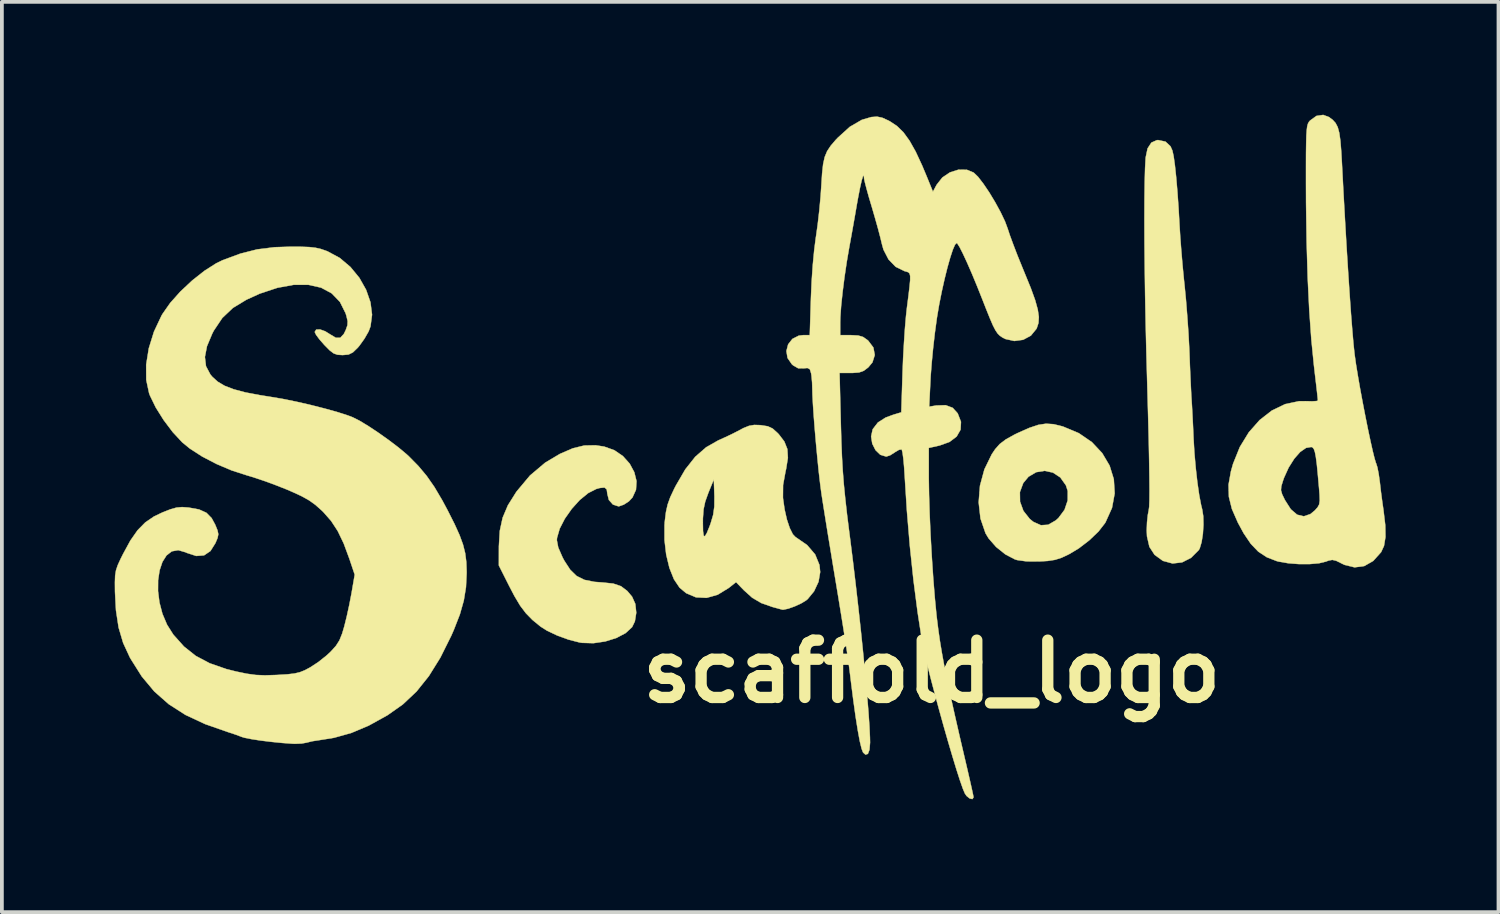
<source format=kicad_pcb>
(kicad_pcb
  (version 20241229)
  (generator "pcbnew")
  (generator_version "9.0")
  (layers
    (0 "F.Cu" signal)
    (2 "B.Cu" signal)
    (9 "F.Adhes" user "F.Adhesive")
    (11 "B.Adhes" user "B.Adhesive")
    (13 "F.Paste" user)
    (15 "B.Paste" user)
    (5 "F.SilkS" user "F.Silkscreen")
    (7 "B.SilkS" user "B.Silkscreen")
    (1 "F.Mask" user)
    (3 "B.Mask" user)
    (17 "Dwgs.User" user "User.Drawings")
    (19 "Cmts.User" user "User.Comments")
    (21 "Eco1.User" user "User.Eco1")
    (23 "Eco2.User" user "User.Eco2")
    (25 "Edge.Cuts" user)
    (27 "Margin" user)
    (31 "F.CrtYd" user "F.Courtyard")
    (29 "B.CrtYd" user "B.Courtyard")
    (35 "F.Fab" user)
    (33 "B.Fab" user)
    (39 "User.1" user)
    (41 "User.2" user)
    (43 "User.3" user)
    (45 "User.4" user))
  (footprint "scaffold_logo"
    (layer "F.Cu")
    (at 21.721 14.803)
    (property "Reference" "scaffold_logo" (at 0 0 0) (layer "F.SilkS") (effects (font (size 1.524 1.524) (thickness 0.3))))
    (attr through_hole)
    (fp_poly (pts (xy 3.238 -6.576) (xy 3.463 -6.521) (xy 3.493 -6.512) (xy 3.91 -6.337) (xy 4.258 -6.098) (xy 4.532 -5.806) (xy 4.728 -5.475) (xy 4.84 -5.114) (xy 4.863 -4.735) (xy 4.792 -4.351) (xy 4.622 -3.973) (xy 4.605 -3.944) (xy 4.431 -3.721) (xy 4.188 -3.489) (xy 3.909 -3.275) (xy 3.645 -3.117) (xy 3.449 -3.025) (xy 3.276 -2.97) (xy 3.082 -2.94) (xy 2.857 -2.927) (xy 2.518 -2.929) (xy 2.269 -2.964) (xy 2.209 -2.983) (xy 1.955 -3.116) (xy 1.711 -3.312) (xy 1.513 -3.538) (xy 1.43 -3.675) (xy 1.295 -4.069) (xy 1.247 -4.499) (xy 1.269 -4.771) (xy 2.343 -4.771) (xy 2.347 -4.516) (xy 2.437 -4.27) (xy 2.606 -4.056) (xy 2.704 -3.978) (xy 2.902 -3.89) (xy 3.096 -3.902) (xy 3.295 -4.017) (xy 3.368 -4.082) (xy 3.53 -4.3) (xy 3.614 -4.549) (xy 3.615 -4.801) (xy 3.567 -4.95) (xy 3.418 -5.16) (xy 3.221 -5.289) (xy 3 -5.336) (xy 2.776 -5.3) (xy 2.572 -5.179) (xy 2.432 -5.011) (xy 2.343 -4.771) (xy 1.269 -4.771) (xy 1.282 -4.941) (xy 1.399 -5.374) (xy 1.595 -5.776) (xy 1.686 -5.911) (xy 1.808 -6.049) (xy 1.967 -6.17) (xy 2.191 -6.295) (xy 2.287 -6.342) (xy 2.589 -6.476) (xy 2.829 -6.557) (xy 3.037 -6.589) (xy 3.238 -6.576)) (stroke (width 0.01) (type solid)) (fill yes) (layer "F.SilkS"))
    (fp_poly (pts (xy -8.708 -5.98) (xy -8.439 -5.884) (xy -8.211 -5.728) (xy -8.031 -5.527) (xy -7.908 -5.299) (xy -7.849 -5.062) (xy -7.863 -4.833) (xy -7.956 -4.628) (xy -8.051 -4.526) (xy -8.186 -4.438) (xy -8.312 -4.393) (xy -8.33 -4.392) (xy -8.476 -4.44) (xy -8.584 -4.561) (xy -8.625 -4.724) (xy -8.641 -4.843) (xy -8.7 -4.892) (xy -8.824 -4.88) (xy -8.918 -4.854) (xy -9.133 -4.745) (xy -9.358 -4.561) (xy -9.571 -4.325) (xy -9.756 -4.062) (xy -9.892 -3.797) (xy -9.962 -3.555) (xy -9.967 -3.493) (xy -9.93 -3.298) (xy -9.815 -3.034) (xy -9.766 -2.943) (xy -9.61 -2.704) (xy -9.441 -2.54) (xy -9.236 -2.438) (xy -8.968 -2.384) (xy -8.74 -2.367) (xy -8.466 -2.338) (xy -8.261 -2.268) (xy -8.093 -2.14) (xy -7.967 -1.99) (xy -7.881 -1.798) (xy -7.856 -1.564) (xy -7.893 -1.333) (xy -7.967 -1.181) (xy -8.139 -1.022) (xy -8.386 -0.892) (xy -8.681 -0.8) (xy -8.994 -0.754) (xy -9.299 -0.763) (xy -9.366 -0.774) (xy -9.658 -0.849) (xy -9.959 -0.959) (xy -10.229 -1.087) (xy -10.402 -1.197) (xy -10.615 -1.371) (xy -10.788 -1.548) (xy -10.942 -1.751) (xy -11.095 -2.008) (xy -11.232 -2.27) (xy -11.509 -2.82) (xy -11.508 -3.328) (xy -11.484 -3.739) (xy -11.408 -4.09) (xy -11.268 -4.42) (xy -11.051 -4.766) (xy -11.039 -4.784) (xy -10.681 -5.212) (xy -10.277 -5.553) (xy -9.888 -5.785) (xy -9.544 -5.934) (xy -9.238 -6.009) (xy -8.937 -6.015) (xy -8.708 -5.98)) (stroke (width 0.01) (type solid)) (fill yes) (layer "F.SilkS"))
    (fp_poly (pts (xy 6.214 -14.088) (xy 6.347 -13.963) (xy 6.397 -13.851) (xy 6.43 -13.703) (xy 6.464 -13.461) (xy 6.498 -13.141) (xy 6.531 -12.754) (xy 6.562 -12.315) (xy 6.588 -11.853) (xy 6.606 -11.563) (xy 6.633 -11.205) (xy 6.666 -10.816) (xy 6.703 -10.434) (xy 6.721 -10.266) (xy 6.759 -9.874) (xy 6.794 -9.432) (xy 6.825 -8.987) (xy 6.846 -8.585) (xy 6.851 -8.467) (xy 6.863 -8.142) (xy 6.877 -7.825) (xy 6.89 -7.544) (xy 6.901 -7.327) (xy 6.906 -7.25) (xy 6.918 -7.061) (xy 6.932 -6.801) (xy 6.947 -6.503) (xy 6.96 -6.202) (xy 6.96 -6.197) (xy 6.983 -5.81) (xy 7.018 -5.414) (xy 7.061 -5.033) (xy 7.11 -4.693) (xy 7.162 -4.421) (xy 7.19 -4.309) (xy 7.218 -4.13) (xy 7.223 -3.903) (xy 7.208 -3.662) (xy 7.174 -3.442) (xy 7.125 -3.277) (xy 7.1 -3.231) (xy 6.894 -3.024) (xy 6.656 -2.903) (xy 6.403 -2.873) (xy 6.154 -2.94) (xy 6.139 -2.947) (xy 5.923 -3.104) (xy 5.786 -3.316) (xy 5.722 -3.595) (xy 5.715 -3.752) (xy 5.723 -3.967) (xy 5.745 -4.169) (xy 5.768 -4.287) (xy 5.78 -4.377) (xy 5.787 -4.553) (xy 5.789 -4.819) (xy 5.786 -5.176) (xy 5.779 -5.628) (xy 5.768 -6.178) (xy 5.751 -6.828) (xy 5.73 -7.58) (xy 5.729 -7.62) (xy 5.706 -8.447) (xy 5.687 -9.247) (xy 5.672 -10.012) (xy 5.662 -10.734) (xy 5.655 -11.403) (xy 5.653 -12.01) (xy 5.655 -12.548) (xy 5.661 -13.007) (xy 5.671 -13.378) (xy 5.686 -13.653) (xy 5.688 -13.671) (xy 5.738 -13.908) (xy 5.839 -14.062) (xy 5.986 -14.127) (xy 6.018 -14.129) (xy 6.214 -14.088)) (stroke (width 0.01) (type solid)) (fill yes) (layer "F.SilkS"))
    (fp_poly (pts (xy -4.563 -6.551) (xy -4.536 -6.548) (xy -4.359 -6.52) (xy -4.229 -6.459) (xy -4.098 -6.341) (xy -4.068 -6.31) (xy -3.919 -6.115) (xy -3.839 -5.914) (xy -3.825 -5.68) (xy -3.872 -5.386) (xy -3.889 -5.311) (xy -3.953 -4.958) (xy -3.956 -4.632) (xy -3.953 -4.594) (xy -3.912 -4.308) (xy -3.851 -4.04) (xy -3.775 -3.813) (xy -3.693 -3.649) (xy -3.624 -3.577) (xy -3.313 -3.362) (xy -3.1 -3.113) (xy -2.986 -2.834) (xy -2.966 -2.646) (xy -3.01 -2.388) (xy -3.129 -2.133) (xy -3.299 -1.926) (xy -3.341 -1.891) (xy -3.475 -1.81) (xy -3.645 -1.732) (xy -3.814 -1.672) (xy -3.942 -1.645) (xy -3.969 -1.645) (xy -4.031 -1.661) (xy -4.159 -1.696) (xy -4.233 -1.716) (xy -4.533 -1.821) (xy -4.774 -1.963) (xy -4.996 -2.163) (xy -5.203 -2.377) (xy -5.398 -2.222) (xy -5.692 -2.042) (xy -5.986 -1.959) (xy -6.269 -1.973) (xy -6.53 -2.084) (xy -6.705 -2.231) (xy -6.854 -2.453) (xy -6.974 -2.753) (xy -7.06 -3.109) (xy -7.105 -3.496) (xy -7.105 -3.89) (xy -7.1 -3.958) (xy -6.085 -3.958) (xy -6.081 -3.734) (xy -6.064 -3.613) (xy -6.032 -3.596) (xy -5.98 -3.681) (xy -5.904 -3.868) (xy -5.877 -3.943) (xy -5.811 -4.166) (xy -5.78 -4.388) (xy -5.778 -4.659) (xy -5.779 -4.684) (xy -5.794 -5.106) (xy -5.94 -4.749) (xy -6.022 -4.52) (xy -6.067 -4.311) (xy -6.084 -4.07) (xy -6.085 -3.958) (xy -7.1 -3.958) (xy -7.096 -4.001) (xy -7.066 -4.242) (xy -7.022 -4.439) (xy -6.953 -4.632) (xy -6.845 -4.862) (xy -6.801 -4.947) (xy -6.552 -5.375) (xy -6.288 -5.709) (xy -5.997 -5.963) (xy -5.678 -6.144) (xy -5.486 -6.231) (xy -5.32 -6.309) (xy -5.216 -6.362) (xy -5.212 -6.364) (xy -5.007 -6.472) (xy -4.855 -6.533) (xy -4.719 -6.556) (xy -4.563 -6.551)) (stroke (width 0.01) (type solid)) (fill yes) (layer "F.SilkS"))
    (fp_poly (pts (xy 10.557 -14.742) (xy 10.659 -14.667) (xy 10.736 -14.582) (xy 10.793 -14.472) (xy 10.834 -14.32) (xy 10.864 -14.109) (xy 10.887 -13.823) (xy 10.905 -13.508) (xy 10.946 -12.726) (xy 10.988 -11.978) (xy 11.029 -11.274) (xy 11.07 -10.621) (xy 11.109 -10.03) (xy 11.146 -9.507) (xy 11.181 -9.063) (xy 11.212 -8.706) (xy 11.24 -8.444) (xy 11.244 -8.414) (xy 11.279 -8.165) (xy 11.329 -7.861) (xy 11.388 -7.521) (xy 11.455 -7.161) (xy 11.525 -6.798) (xy 11.595 -6.45) (xy 11.662 -6.134) (xy 11.722 -5.866) (xy 11.772 -5.665) (xy 11.808 -5.546) (xy 11.815 -5.532) (xy 11.847 -5.43) (xy 11.881 -5.258) (xy 11.91 -5.051) (xy 11.913 -5.029) (xy 11.943 -4.77) (xy 11.98 -4.492) (xy 12.01 -4.286) (xy 12.057 -3.889) (xy 12.062 -3.578) (xy 12.023 -3.34) (xy 11.946 -3.174) (xy 11.737 -2.941) (xy 11.499 -2.805) (xy 11.241 -2.77) (xy 10.971 -2.837) (xy 10.901 -2.871) (xy 10.752 -2.945) (xy 10.649 -2.969) (xy 10.549 -2.95) (xy 10.481 -2.924) (xy 10.298 -2.879) (xy 10.047 -2.857) (xy 9.762 -2.857) (xy 9.477 -2.879) (xy 9.227 -2.922) (xy 9.17 -2.937) (xy 8.905 -3.04) (xy 8.681 -3.188) (xy 8.481 -3.396) (xy 8.29 -3.679) (xy 8.138 -3.96) (xy 7.98 -4.321) (xy 7.899 -4.645) (xy 7.894 -4.821) (xy 9.284 -4.821) (xy 9.315 -4.712) (xy 9.389 -4.559) (xy 9.545 -4.315) (xy 9.713 -4.17) (xy 9.889 -4.127) (xy 10.066 -4.186) (xy 10.184 -4.283) (xy 10.258 -4.366) (xy 10.3 -4.443) (xy 10.315 -4.543) (xy 10.31 -4.697) (xy 10.298 -4.852) (xy 10.265 -5.223) (xy 10.238 -5.502) (xy 10.212 -5.701) (xy 10.186 -5.835) (xy 10.158 -5.916) (xy 10.125 -5.957) (xy 10.091 -5.97) (xy 9.951 -5.946) (xy 9.794 -5.837) (xy 9.636 -5.657) (xy 9.488 -5.422) (xy 9.364 -5.149) (xy 9.339 -5.076) (xy 9.293 -4.927) (xy 9.284 -4.821) (xy 7.894 -4.821) (xy 7.89 -4.967) (xy 7.953 -5.32) (xy 8.01 -5.522) (xy 8.19 -5.969) (xy 8.429 -6.36) (xy 8.717 -6.686) (xy 9.042 -6.939) (xy 9.395 -7.109) (xy 9.764 -7.187) (xy 9.943 -7.188) (xy 10.112 -7.184) (xy 10.229 -7.191) (xy 10.266 -7.205) (xy 10.26 -7.267) (xy 10.244 -7.416) (xy 10.219 -7.634) (xy 10.187 -7.904) (xy 10.159 -8.147) (xy 10.091 -8.828) (xy 10.036 -9.606) (xy 9.994 -10.474) (xy 9.966 -11.426) (xy 9.951 -12.454) (xy 9.949 -12.968) (xy 9.949 -13.417) (xy 9.95 -13.772) (xy 9.954 -14.045) (xy 9.959 -14.249) (xy 9.969 -14.395) (xy 9.982 -14.496) (xy 10.001 -14.564) (xy 10.025 -14.61) (xy 10.056 -14.647) (xy 10.056 -14.647) (xy 10.226 -14.771) (xy 10.407 -14.798) (xy 10.557 -14.742)) (stroke (width 0.01) (type solid)) (fill yes) (layer "F.SilkS"))
    (fp_poly (pts (xy -16.768 -11.293) (xy -16.549 -11.285) (xy -16.383 -11.266) (xy -16.242 -11.234) (xy -16.1 -11.185) (xy -16.062 -11.17) (xy -15.739 -10.996) (xy -15.455 -10.756) (xy -15.218 -10.468) (xy -15.038 -10.149) (xy -14.922 -9.816) (xy -14.88 -9.486) (xy -14.921 -9.176) (xy -14.971 -9.043) (xy -15.082 -8.849) (xy -15.219 -8.658) (xy -15.262 -8.607) (xy -15.389 -8.485) (xy -15.504 -8.428) (xy -15.656 -8.414) (xy -15.668 -8.414) (xy -15.797 -8.422) (xy -15.899 -8.457) (xy -16.005 -8.537) (xy -16.147 -8.681) (xy -16.15 -8.684) (xy -16.277 -8.829) (xy -16.368 -8.952) (xy -16.404 -9.027) (xy -16.404 -9.028) (xy -16.365 -9.09) (xy -16.264 -9.095) (xy -16.126 -9.046) (xy -15.996 -8.965) (xy -15.841 -8.872) (xy -15.725 -8.873) (xy -15.631 -8.973) (xy -15.579 -9.079) (xy -15.534 -9.207) (xy -15.529 -9.316) (xy -15.562 -9.457) (xy -15.584 -9.527) (xy -15.734 -9.827) (xy -15.953 -10.054) (xy -16.235 -10.206) (xy -16.575 -10.282) (xy -16.964 -10.281) (xy -17.397 -10.202) (xy -17.867 -10.046) (xy -18.218 -9.886) (xy -18.579 -9.667) (xy -18.861 -9.4) (xy -19.087 -9.063) (xy -19.128 -8.984) (xy -19.269 -8.648) (xy -19.324 -8.363) (xy -19.295 -8.118) (xy -19.18 -7.9) (xy -19.126 -7.835) (xy -18.982 -7.705) (xy -18.798 -7.596) (xy -18.559 -7.504) (xy -18.252 -7.422) (xy -17.861 -7.348) (xy -17.592 -7.305) (xy -17.259 -7.249) (xy -16.886 -7.173) (xy -16.499 -7.084) (xy -16.123 -6.988) (xy -15.785 -6.893) (xy -15.51 -6.804) (xy -15.391 -6.758) (xy -15.209 -6.666) (xy -14.972 -6.522) (xy -14.704 -6.344) (xy -14.43 -6.149) (xy -14.175 -5.955) (xy -13.963 -5.778) (xy -13.905 -5.725) (xy -13.647 -5.463) (xy -13.425 -5.197) (xy -13.219 -4.901) (xy -13.011 -4.548) (xy -12.871 -4.286) (xy -12.688 -3.924) (xy -12.554 -3.628) (xy -12.462 -3.377) (xy -12.404 -3.146) (xy -12.374 -2.912) (xy -12.365 -2.654) (xy -12.365 -2.619) (xy -12.383 -2.243) (xy -12.441 -1.887) (xy -12.545 -1.52) (xy -12.704 -1.112) (xy -12.773 -0.954) (xy -13.064 -0.37) (xy -13.369 0.12) (xy -13.698 0.531) (xy -14.061 0.873) (xy -14.469 1.161) (xy -14.476 1.165) (xy -14.97 1.438) (xy -15.433 1.633) (xy -15.895 1.762) (xy -16.302 1.827) (xy -16.471 1.853) (xy -16.617 1.889) (xy -16.62 1.89) (xy -16.753 1.914) (xy -16.931 1.921) (xy -16.986 1.919) (xy -17.272 1.898) (xy -17.569 1.868) (xy -17.852 1.833) (xy -18.095 1.795) (xy -18.275 1.759) (xy -18.346 1.737) (xy -18.497 1.68) (xy -18.677 1.62) (xy -18.706 1.611) (xy -19.318 1.397) (xy -19.84 1.153) (xy -20.286 0.867) (xy -20.668 0.53) (xy -21.001 0.132) (xy -21.298 -0.339) (xy -21.32 -0.378) (xy -21.497 -0.761) (xy -21.618 -1.17) (xy -21.688 -1.629) (xy -21.714 -2.12) (xy -21.716 -2.371) (xy -21.71 -2.55) (xy -21.687 -2.691) (xy -21.641 -2.828) (xy -21.565 -2.994) (xy -21.499 -3.126) (xy -21.304 -3.484) (xy -21.113 -3.757) (xy -20.909 -3.964) (xy -20.675 -4.124) (xy -20.454 -4.229) (xy -20.238 -4.314) (xy -20.077 -4.359) (xy -19.931 -4.372) (xy -19.76 -4.36) (xy -19.753 -4.359) (xy -19.479 -4.309) (xy -19.284 -4.221) (xy -19.144 -4.079) (xy -19.05 -3.905) (xy -18.988 -3.752) (xy -18.967 -3.65) (xy -18.987 -3.551) (xy -19.043 -3.416) (xy -19.176 -3.204) (xy -19.346 -3.089) (xy -19.554 -3.073) (xy -19.803 -3.154) (xy -19.833 -3.169) (xy -20.032 -3.227) (xy -20.203 -3.196) (xy -20.344 -3.087) (xy -20.453 -2.915) (xy -20.528 -2.691) (xy -20.568 -2.428) (xy -20.57 -2.139) (xy -20.532 -1.837) (xy -20.453 -1.535) (xy -20.33 -1.245) (xy -20.162 -0.979) (xy -20.161 -0.979) (xy -19.88 -0.665) (xy -19.565 -0.415) (xy -19.196 -0.22) (xy -18.754 -0.066) (xy -18.494 -0.001) (xy -18.211 0.058) (xy -17.972 0.091) (xy -17.73 0.101) (xy -17.438 0.092) (xy -17.396 0.09) (xy -17.132 0.074) (xy -16.943 0.052) (xy -16.798 0.018) (xy -16.666 -0.035) (xy -16.523 -0.112) (xy -16.31 -0.251) (xy -16.091 -0.425) (xy -15.975 -0.533) (xy -15.84 -0.683) (xy -15.747 -0.829) (xy -15.675 -1.008) (xy -15.618 -1.201) (xy -15.553 -1.463) (xy -15.486 -1.769) (xy -15.43 -2.06) (xy -15.423 -2.098) (xy -15.341 -2.576) (xy -15.481 -2.993) (xy -15.633 -3.404) (xy -15.791 -3.733) (xy -15.968 -4.004) (xy -16.179 -4.244) (xy -16.226 -4.289) (xy -16.39 -4.434) (xy -16.557 -4.553) (xy -16.756 -4.664) (xy -17.015 -4.783) (xy -17.145 -4.839) (xy -17.436 -4.954) (xy -17.747 -5.068) (xy -18.035 -5.165) (xy -18.214 -5.218) (xy -18.613 -5.347) (xy -19.016 -5.518) (xy -19.396 -5.716) (xy -19.722 -5.926) (xy -19.926 -6.093) (xy -20.178 -6.364) (xy -20.42 -6.685) (xy -20.63 -7.02) (xy -20.783 -7.334) (xy -20.807 -7.397) (xy -20.883 -7.753) (xy -20.885 -8.159) (xy -20.815 -8.594) (xy -20.678 -9.035) (xy -20.477 -9.462) (xy -20.452 -9.505) (xy -20.247 -9.798) (xy -19.975 -10.103) (xy -19.662 -10.396) (xy -19.334 -10.655) (xy -19.016 -10.857) (xy -18.854 -10.935) (xy -18.381 -11.11) (xy -17.935 -11.223) (xy -17.471 -11.281) (xy -17.066 -11.294) (xy -16.768 -11.293)) (stroke (width 0.01) (type solid)) (fill yes) (layer "F.SilkS"))
    (fp_poly (pts (xy -1.316 -14.723) (xy -1.145 -14.645) (xy -1.111 -14.626) (xy -0.924 -14.502) (xy -0.753 -14.335) (xy -0.591 -14.112) (xy -0.427 -13.821) (xy -0.254 -13.449) (xy -0.135 -13.165) (xy 0.031 -12.757) (xy 0.13 -12.941) (xy 0.282 -13.134) (xy 0.484 -13.27) (xy 0.711 -13.342) (xy 0.934 -13.339) (xy 1.115 -13.264) (xy 1.23 -13.153) (xy 1.373 -12.968) (xy 1.531 -12.734) (xy 1.688 -12.473) (xy 1.832 -12.209) (xy 1.948 -11.965) (xy 2.016 -11.782) (xy 2.076 -11.6) (xy 2.169 -11.348) (xy 2.282 -11.054) (xy 2.408 -10.744) (xy 2.474 -10.583) (xy 2.635 -10.189) (xy 2.749 -9.874) (xy 2.818 -9.624) (xy 2.847 -9.426) (xy 2.837 -9.266) (xy 2.792 -9.129) (xy 2.783 -9.111) (xy 2.635 -8.93) (xy 2.43 -8.82) (xy 2.195 -8.788) (xy 1.96 -8.84) (xy 1.877 -8.882) (xy 1.809 -8.929) (xy 1.75 -8.988) (xy 1.692 -9.075) (xy 1.625 -9.205) (xy 1.544 -9.394) (xy 1.438 -9.657) (xy 1.355 -9.869) (xy 1.208 -10.238) (xy 1.067 -10.578) (xy 0.938 -10.874) (xy 0.826 -11.115) (xy 0.738 -11.288) (xy 0.678 -11.381) (xy 0.661 -11.393) (xy 0.617 -11.346) (xy 0.558 -11.21) (xy 0.49 -11.002) (xy 0.415 -10.736) (xy 0.339 -10.43) (xy 0.265 -10.098) (xy 0.197 -9.757) (xy 0.14 -9.421) (xy 0.132 -9.366) (xy 0.082 -8.999) (xy 0.036 -8.596) (xy -0.002 -8.2) (xy -0.029 -7.853) (xy -0.033 -7.768) (xy -0.069 -7.042) (xy 0.121 -7.073) (xy 0.37 -7.081) (xy 0.557 -7.011) (xy 0.689 -6.865) (xy 0.777 -6.639) (xy 0.766 -6.43) (xy 0.661 -6.247) (xy 0.47 -6.103) (xy 0.21 -6.01) (xy -0.079 -5.945) (xy -0.079 -5.155) (xy -0.072 -4.706) (xy -0.056 -4.185) (xy -0.031 -3.621) (xy 0.002 -3.042) (xy 0.04 -2.476) (xy 0.082 -1.954) (xy 0.126 -1.502) (xy 0.136 -1.417) (xy 0.173 -1.119) (xy 0.216 -0.819) (xy 0.268 -0.505) (xy 0.33 -0.165) (xy 0.406 0.216) (xy 0.499 0.649) (xy 0.61 1.148) (xy 0.742 1.726) (xy 0.875 2.294) (xy 0.948 2.607) (xy 1.012 2.885) (xy 1.063 3.111) (xy 1.097 3.269) (xy 1.111 3.342) (xy 1.111 3.344) (xy 1.08 3.391) (xy 1.008 3.374) (xy 0.926 3.308) (xy 0.88 3.241) (xy 0.825 3.109) (xy 0.748 2.889) (xy 0.654 2.597) (xy 0.548 2.249) (xy 0.433 1.859) (xy 0.314 1.444) (xy 0.196 1.018) (xy 0.082 0.598) (xy -0.024 0.197) (xy -0.116 -0.168) (xy -0.19 -0.481) (xy -0.243 -0.729) (xy -0.255 -0.794) (xy -0.376 -1.575) (xy -0.487 -2.434) (xy -0.583 -3.343) (xy -0.661 -4.273) (xy -0.718 -5.174) (xy -0.735 -5.436) (xy -0.755 -5.658) (xy -0.777 -5.819) (xy -0.797 -5.9) (xy -0.801 -5.905) (xy -0.87 -5.895) (xy -0.976 -5.833) (xy -0.987 -5.824) (xy -1.108 -5.748) (xy -1.21 -5.715) (xy -1.212 -5.715) (xy -1.368 -5.763) (xy -1.496 -5.887) (xy -1.582 -6.059) (xy -1.612 -6.25) (xy -1.572 -6.433) (xy -1.566 -6.447) (xy -1.432 -6.621) (xy -1.225 -6.753) (xy -1.023 -6.827) (xy -0.81 -6.891) (xy -0.776 -7.957) (xy -0.761 -8.336) (xy -0.739 -8.73) (xy -0.714 -9.108) (xy -0.686 -9.437) (xy -0.662 -9.657) (xy -0.619 -9.992) (xy -0.59 -10.237) (xy -0.574 -10.407) (xy -0.574 -10.516) (xy -0.589 -10.58) (xy -0.622 -10.614) (xy -0.672 -10.632) (xy -0.727 -10.646) (xy -0.959 -10.76) (xy -1.15 -10.957) (xy -1.284 -11.217) (xy -1.324 -11.361) (xy -1.365 -11.532) (xy -1.428 -11.772) (xy -1.506 -12.05) (xy -1.589 -12.336) (xy -1.593 -12.349) (xy -1.67 -12.607) (xy -1.733 -12.833) (xy -1.778 -13.006) (xy -1.799 -13.103) (xy -1.799 -13.112) (xy -1.807 -13.188) (xy -1.829 -13.167) (xy -1.863 -13.056) (xy -1.907 -12.863) (xy -1.959 -12.595) (xy -1.99 -12.423) (xy -2.044 -12.111) (xy -2.101 -11.788) (xy -2.154 -11.493) (xy -2.194 -11.275) (xy -2.261 -10.884) (xy -2.321 -10.478) (xy -2.371 -10.082) (xy -2.409 -9.722) (xy -2.43 -9.424) (xy -2.434 -9.284) (xy -2.434 -8.943) (xy -2.144 -8.943) (xy -1.954 -8.933) (xy -1.822 -8.893) (xy -1.702 -8.808) (xy -1.689 -8.796) (xy -1.552 -8.614) (xy -1.515 -8.415) (xy -1.577 -8.219) (xy -1.689 -8.085) (xy -1.807 -7.996) (xy -1.932 -7.951) (xy -2.107 -7.938) (xy -2.152 -7.938) (xy -2.451 -7.938) (xy -2.416 -6.548) (xy -2.403 -6.1) (xy -2.387 -5.706) (xy -2.366 -5.342) (xy -2.338 -4.982) (xy -2.3 -4.601) (xy -2.252 -4.173) (xy -2.189 -3.673) (xy -2.169 -3.519) (xy -2.093 -2.913) (xy -2.019 -2.29) (xy -1.948 -1.665) (xy -1.881 -1.049) (xy -1.82 -0.454) (xy -1.766 0.106) (xy -1.72 0.619) (xy -1.683 1.072) (xy -1.657 1.454) (xy -1.643 1.751) (xy -1.64 1.889) (xy -1.656 2.08) (xy -1.698 2.189) (xy -1.762 2.209) (xy -1.826 2.152) (xy -1.865 2.052) (xy -1.913 1.854) (xy -1.966 1.567) (xy -2.025 1.196) (xy -2.087 0.751) (xy -2.142 0.318) (xy -2.17 0.088) (xy -2.198 -0.129) (xy -2.228 -0.348) (xy -2.262 -0.582) (xy -2.302 -0.844) (xy -2.35 -1.149) (xy -2.408 -1.51) (xy -2.478 -1.939) (xy -2.563 -2.452) (xy -2.622 -2.805) (xy -2.689 -3.216) (xy -2.756 -3.62) (xy -2.817 -3.999) (xy -2.87 -4.331) (xy -2.912 -4.597) (xy -2.937 -4.763) (xy -2.969 -5.007) (xy -3.005 -5.319) (xy -3.041 -5.677) (xy -3.077 -6.058) (xy -3.11 -6.44) (xy -3.138 -6.8) (xy -3.159 -7.115) (xy -3.172 -7.364) (xy -3.175 -7.486) (xy -3.181 -7.683) (xy -3.197 -7.862) (xy -3.207 -7.927) (xy -3.241 -8.037) (xy -3.305 -8.07) (xy -3.406 -8.061) (xy -3.552 -8.063) (xy -3.682 -8.137) (xy -3.718 -8.168) (xy -3.834 -8.336) (xy -3.864 -8.521) (xy -3.818 -8.698) (xy -3.705 -8.843) (xy -3.536 -8.929) (xy -3.423 -8.943) (xy -3.243 -8.943) (xy -3.212 -9.935) (xy -3.193 -10.372) (xy -3.163 -10.806) (xy -3.125 -11.204) (xy -3.083 -11.533) (xy -3.078 -11.562) (xy -3.033 -11.881) (xy -2.99 -12.254) (xy -2.955 -12.632) (xy -2.936 -12.912) (xy -2.915 -13.242) (xy -2.888 -13.489) (xy -2.846 -13.679) (xy -2.782 -13.833) (xy -2.687 -13.977) (xy -2.554 -14.133) (xy -2.496 -14.194) (xy -2.178 -14.482) (xy -1.857 -14.668) (xy -1.606 -14.741) (xy -1.454 -14.752) (xy -1.316 -14.723)) (stroke (width 0.01) (type solid)) (fill yes) (layer "F.SilkS")))
  (gr_rect
    (start -3 -3)
    (end 36.788 21.199)
    (stroke (width 0.1) (type default))
    (fill no)
    (layer "Edge.Cuts")))
</source>
